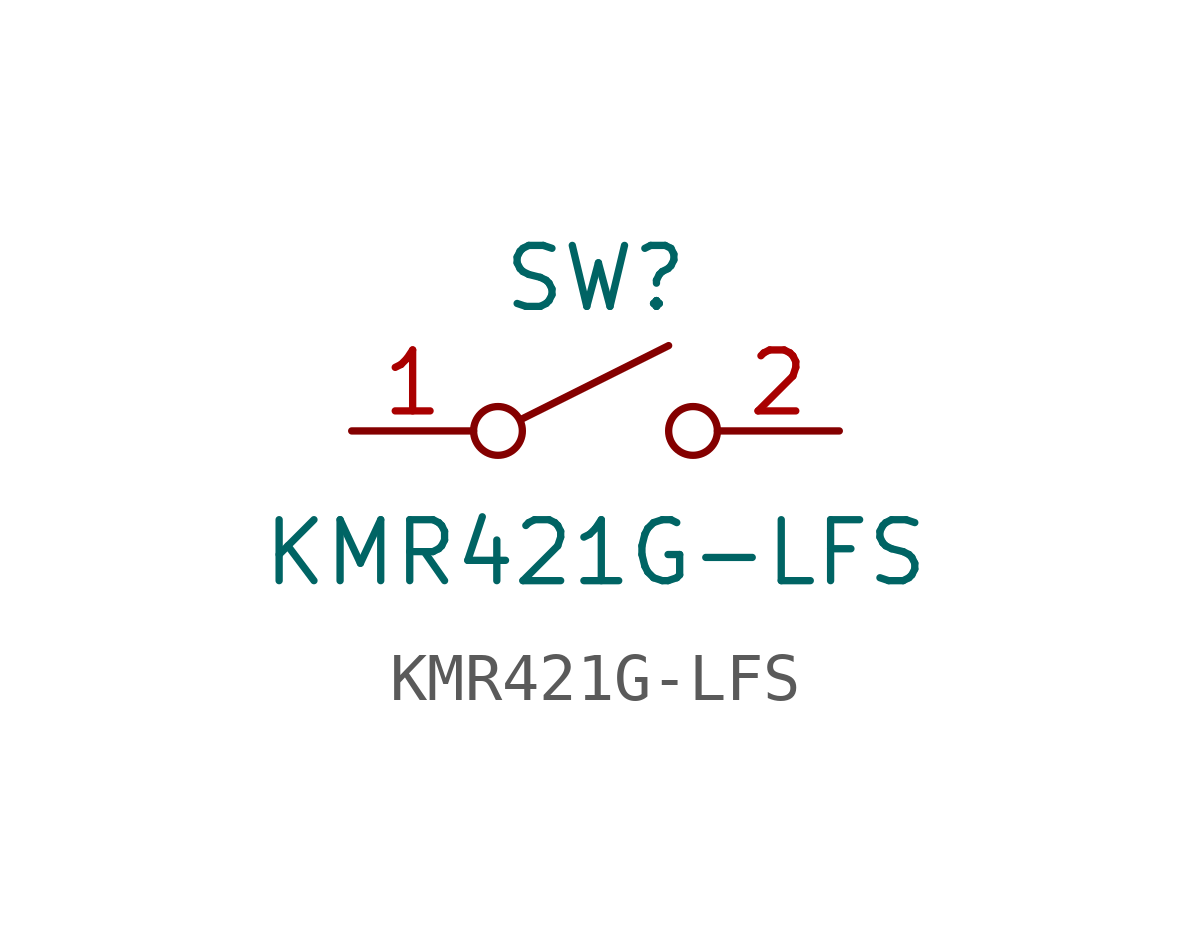
<source format=kicad_sym>
(kicad_symbol_lib
  (version 20211014)
  (generator kicad_symbol_editor)
  (symbol "KMR421G-LFS"
    (pin_names
      (offset 0) hide)
    (property "Reference" "SW"
      (at 0 3.175 0)
      (effects (font (size 1.27 1.27))))
    (property "Value" "KMR421G-LFS"
      (at 0 -2.54 0)
      (effects (font (size 1.27 1.27))))
    (symbol "KMR421G-LFS_0_0"
      (circle (center -2.032 0) (radius 0.508) (stroke (width 0) (type default) (color 0 0 0 0)) (fill (type none)))
      (polyline (pts (xy -1.524 0.254) (xy 1.524 1.778)) (stroke (width 0) (type default) (color 0 0 0 0)) (fill (type none)))
      (circle (center 2.032 0) (radius 0.508) (stroke (width 0) (type default) (color 0 0 0 0)) (fill (type none))))
    (symbol "KMR421G-LFS_1_1"
      (pin passive line (at -5.08 0 0) (length 2.54) (name "A" (effects (font (size 1.27 1.27)))) (number "1" (effects (font (size 1.27 1.27)))))
      (pin passive line (at 5.08 0 180) (length 2.54) (name "B" (effects (font (size 1.27 1.27)))) (number "2" (effects (font (size 1.27 1.27))))))))
</source>
